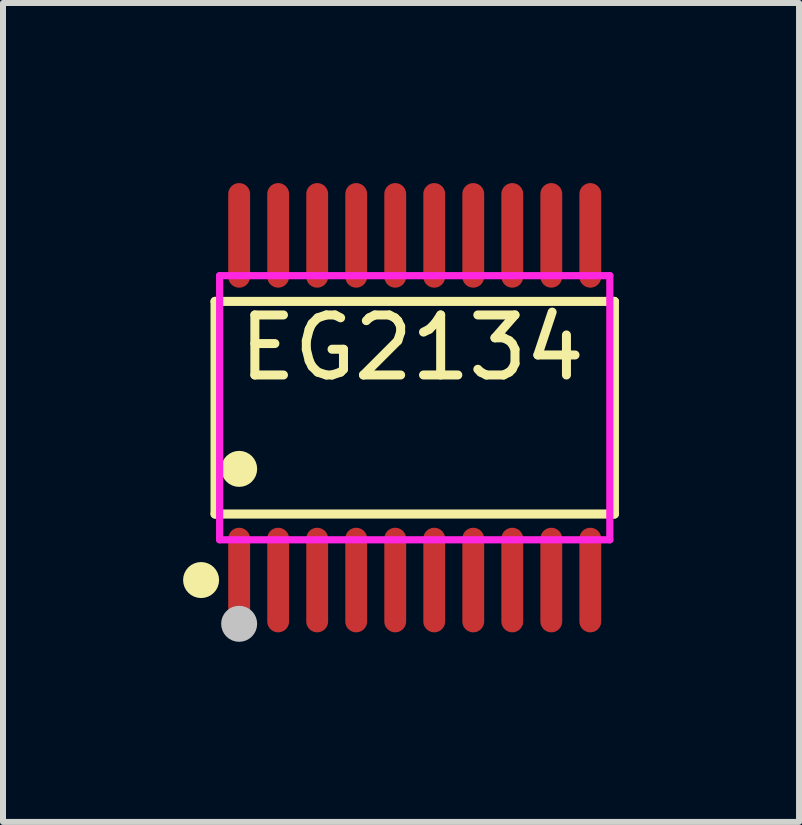
<source format=kicad_pcb>
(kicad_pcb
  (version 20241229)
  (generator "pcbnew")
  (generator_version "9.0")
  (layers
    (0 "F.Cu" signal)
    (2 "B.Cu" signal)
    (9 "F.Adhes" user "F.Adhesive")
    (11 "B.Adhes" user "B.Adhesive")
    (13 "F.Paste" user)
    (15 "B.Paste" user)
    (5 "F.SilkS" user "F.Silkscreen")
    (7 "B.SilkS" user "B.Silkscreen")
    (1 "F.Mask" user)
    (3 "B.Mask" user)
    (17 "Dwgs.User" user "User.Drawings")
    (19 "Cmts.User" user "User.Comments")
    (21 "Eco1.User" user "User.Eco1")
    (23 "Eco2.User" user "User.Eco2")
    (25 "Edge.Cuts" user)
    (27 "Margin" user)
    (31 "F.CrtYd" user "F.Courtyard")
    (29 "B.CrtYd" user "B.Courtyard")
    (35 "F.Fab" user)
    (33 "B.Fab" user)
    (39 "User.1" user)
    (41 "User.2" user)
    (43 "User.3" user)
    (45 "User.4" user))
  (footprint "EG2134"
    (layer "F.Cu")
    (at 3.859 3.742)
    (property "Reference" "EG2134" (at -3 -1 0) (layer "F.SilkS") (effects (font (size 1 1) (thickness 0.15)) (justify left)))
    (attr through_hole)
    (fp_line (start -3.326 -1.771) (end 3.326 -1.771) (stroke (width 0.152) (type solid)) (layer "F.SilkS"))
    (fp_line (start -3.326 1.771) (end -3.326 -1.771) (stroke (width 0.152) (type solid)) (layer "F.SilkS"))
    (fp_line (start 3.326 -1.771) (end 3.326 1.771) (stroke (width 0.152) (type solid)) (layer "F.SilkS"))
    (fp_line (start 3.326 1.771) (end -3.326 1.771) (stroke (width 0.152) (type solid)) (layer "F.SilkS"))
    (fp_circle (center -3.559 2.871) (end -3.409 2.871) (stroke (width 0.3) (type solid)) (fill no) (layer "F.SilkS"))
    (fp_circle (center -2.925 1.019) (end -2.775 1.019) (stroke (width 0.3) (type solid)) (fill no) (layer "F.SilkS"))
    (fp_circle (center -2.925 3.6) (end -2.775 3.6) (stroke (width 0.3) (type solid)) (fill no) (layer "Dwgs.User"))
    (fp_line (start -3.055 -2.61) (end -3.055 -2.19) (stroke (width 0.12) (type solid)) (layer "Eco2.User"))
    (fp_line (start -3.055 -2.19) (end -2.795 -2.19) (stroke (width 0.12) (type solid)) (layer "Eco2.User"))
    (fp_line (start -3.055 2.19) (end -2.795 2.19) (stroke (width 0.12) (type solid)) (layer "Eco2.User"))
    (fp_line (start -3.055 2.61) (end -3.055 2.19) (stroke (width 0.12) (type solid)) (layer "Eco2.User"))
    (fp_line (start -2.795 -2.61) (end -3.055 -2.61) (stroke (width 0.12) (type solid)) (layer "Eco2.User"))
    (fp_line (start -2.795 -2.19) (end -2.795 -2.61) (stroke (width 0.12) (type solid)) (layer "Eco2.User"))
    (fp_line (start -2.795 2.19) (end -2.795 2.61) (stroke (width 0.12) (type solid)) (layer "Eco2.User"))
    (fp_line (start -2.795 2.61) (end -3.055 2.61) (stroke (width 0.12) (type solid)) (layer "Eco2.User"))
    (fp_line (start -2.405 -2.61) (end -2.405 -2.19) (stroke (width 0.12) (type solid)) (layer "Eco2.User"))
    (fp_line (start -2.405 -2.19) (end -2.145 -2.19) (stroke (width 0.12) (type solid)) (layer "Eco2.User"))
    (fp_line (start -2.405 2.19) (end -2.145 2.19) (stroke (width 0.12) (type solid)) (layer "Eco2.User"))
    (fp_line (start -2.405 2.61) (end -2.405 2.19) (stroke (width 0.12) (type solid)) (layer "Eco2.User"))
    (fp_line (start -2.145 -2.61) (end -2.405 -2.61) (stroke (width 0.12) (type solid)) (layer "Eco2.User"))
    (fp_line (start -2.145 -2.19) (end -2.145 -2.61) (stroke (width 0.12) (type solid)) (layer "Eco2.User"))
    (fp_line (start -2.145 2.19) (end -2.145 2.61) (stroke (width 0.12) (type solid)) (layer "Eco2.User"))
    (fp_line (start -2.145 2.61) (end -2.405 2.61) (stroke (width 0.12) (type solid)) (layer "Eco2.User"))
    (fp_line (start -1.755 -2.61) (end -1.755 -2.19) (stroke (width 0.12) (type solid)) (layer "Eco2.User"))
    (fp_line (start -1.755 -2.19) (end -1.495 -2.19) (stroke (width 0.12) (type solid)) (layer "Eco2.User"))
    (fp_line (start -1.755 2.19) (end -1.495 2.19) (stroke (width 0.12) (type solid)) (layer "Eco2.User"))
    (fp_line (start -1.755 2.61) (end -1.755 2.19) (stroke (width 0.12) (type solid)) (layer "Eco2.User"))
    (fp_line (start -1.495 -2.61) (end -1.755 -2.61) (stroke (width 0.12) (type solid)) (layer "Eco2.User"))
    (fp_line (start -1.495 -2.19) (end -1.495 -2.61) (stroke (width 0.12) (type solid)) (layer "Eco2.User"))
    (fp_line (start -1.495 2.19) (end -1.495 2.61) (stroke (width 0.12) (type solid)) (layer "Eco2.User"))
    (fp_line (start -1.495 2.61) (end -1.755 2.61) (stroke (width 0.12) (type solid)) (layer "Eco2.User"))
    (fp_line (start -1.105 -2.61) (end -1.105 -2.19) (stroke (width 0.12) (type solid)) (layer "Eco2.User"))
    (fp_line (start -1.105 -2.19) (end -0.845 -2.19) (stroke (width 0.12) (type solid)) (layer "Eco2.User"))
    (fp_line (start -1.105 2.19) (end -0.845 2.19) (stroke (width 0.12) (type solid)) (layer "Eco2.User"))
    (fp_line (start -1.105 2.61) (end -1.105 2.19) (stroke (width 0.12) (type solid)) (layer "Eco2.User"))
    (fp_line (start -0.845 -2.61) (end -1.105 -2.61) (stroke (width 0.12) (type solid)) (layer "Eco2.User"))
    (fp_line (start -0.845 -2.19) (end -0.845 -2.61) (stroke (width 0.12) (type solid)) (layer "Eco2.User"))
    (fp_line (start -0.845 2.19) (end -0.845 2.61) (stroke (width 0.12) (type solid)) (layer "Eco2.User"))
    (fp_line (start -0.845 2.61) (end -1.105 2.61) (stroke (width 0.12) (type solid)) (layer "Eco2.User"))
    (fp_line (start -0.455 -2.61) (end -0.455 -2.19) (stroke (width 0.12) (type solid)) (layer "Eco2.User"))
    (fp_line (start -0.455 -2.19) (end -0.195 -2.19) (stroke (width 0.12) (type solid)) (layer "Eco2.User"))
    (fp_line (start -0.455 2.19) (end -0.195 2.19) (stroke (width 0.12) (type solid)) (layer "Eco2.User"))
    (fp_line (start -0.455 2.61) (end -0.455 2.19) (stroke (width 0.12) (type solid)) (layer "Eco2.User"))
    (fp_line (start -0.195 -2.61) (end -0.455 -2.61) (stroke (width 0.12) (type solid)) (layer "Eco2.User"))
    (fp_line (start -0.195 -2.19) (end -0.195 -2.61) (stroke (width 0.12) (type solid)) (layer "Eco2.User"))
    (fp_line (start -0.195 2.19) (end -0.195 2.61) (stroke (width 0.12) (type solid)) (layer "Eco2.User"))
    (fp_line (start -0.195 2.61) (end -0.455 2.61) (stroke (width 0.12) (type solid)) (layer "Eco2.User"))
    (fp_line (start 0.195 -2.61) (end 0.195 -2.19) (stroke (width 0.12) (type solid)) (layer "Eco2.User"))
    (fp_line (start 0.195 -2.19) (end 0.455 -2.19) (stroke (width 0.12) (type solid)) (layer "Eco2.User"))
    (fp_line (start 0.195 2.19) (end 0.455 2.19) (stroke (width 0.12) (type solid)) (layer "Eco2.User"))
    (fp_line (start 0.195 2.61) (end 0.195 2.19) (stroke (width 0.12) (type solid)) (layer "Eco2.User"))
    (fp_line (start 0.455 -2.61) (end 0.195 -2.61) (stroke (width 0.12) (type solid)) (layer "Eco2.User"))
    (fp_line (start 0.455 -2.19) (end 0.455 -2.61) (stroke (width 0.12) (type solid)) (layer "Eco2.User"))
    (fp_line (start 0.455 2.19) (end 0.455 2.61) (stroke (width 0.12) (type solid)) (layer "Eco2.User"))
    (fp_line (start 0.455 2.61) (end 0.195 2.61) (stroke (width 0.12) (type solid)) (layer "Eco2.User"))
    (fp_line (start 0.845 -2.61) (end 0.845 -2.19) (stroke (width 0.12) (type solid)) (layer "Eco2.User"))
    (fp_line (start 0.845 -2.19) (end 1.105 -2.19) (stroke (width 0.12) (type solid)) (layer "Eco2.User"))
    (fp_line (start 0.845 2.19) (end 1.105 2.19) (stroke (width 0.12) (type solid)) (layer "Eco2.User"))
    (fp_line (start 0.845 2.61) (end 0.845 2.19) (stroke (width 0.12) (type solid)) (layer "Eco2.User"))
    (fp_line (start 1.105 -2.61) (end 0.845 -2.61) (stroke (width 0.12) (type solid)) (layer "Eco2.User"))
    (fp_line (start 1.105 -2.19) (end 1.105 -2.61) (stroke (width 0.12) (type solid)) (layer "Eco2.User"))
    (fp_line (start 1.105 2.19) (end 1.105 2.61) (stroke (width 0.12) (type solid)) (layer "Eco2.User"))
    (fp_line (start 1.105 2.61) (end 0.845 2.61) (stroke (width 0.12) (type solid)) (layer "Eco2.User"))
    (fp_line (start 1.495 -2.61) (end 1.495 -2.19) (stroke (width 0.12) (type solid)) (layer "Eco2.User"))
    (fp_line (start 1.495 -2.19) (end 1.755 -2.19) (stroke (width 0.12) (type solid)) (layer "Eco2.User"))
    (fp_line (start 1.495 2.19) (end 1.755 2.19) (stroke (width 0.12) (type solid)) (layer "Eco2.User"))
    (fp_line (start 1.495 2.61) (end 1.495 2.19) (stroke (width 0.12) (type solid)) (layer "Eco2.User"))
    (fp_line (start 1.755 -2.61) (end 1.495 -2.61) (stroke (width 0.12) (type solid)) (layer "Eco2.User"))
    (fp_line (start 1.755 -2.19) (end 1.755 -2.61) (stroke (width 0.12) (type solid)) (layer "Eco2.User"))
    (fp_line (start 1.755 2.19) (end 1.755 2.61) (stroke (width 0.12) (type solid)) (layer "Eco2.User"))
    (fp_line (start 1.755 2.61) (end 1.495 2.61) (stroke (width 0.12) (type solid)) (layer "Eco2.User"))
    (fp_line (start 2.145 -2.61) (end 2.145 -2.19) (stroke (width 0.12) (type solid)) (layer "Eco2.User"))
    (fp_line (start 2.145 -2.19) (end 2.405 -2.19) (stroke (width 0.12) (type solid)) (layer "Eco2.User"))
    (fp_line (start 2.145 2.19) (end 2.405 2.19) (stroke (width 0.12) (type solid)) (layer "Eco2.User"))
    (fp_line (start 2.145 2.61) (end 2.145 2.19) (stroke (width 0.12) (type solid)) (layer "Eco2.User"))
    (fp_line (start 2.405 -2.61) (end 2.145 -2.61) (stroke (width 0.12) (type solid)) (layer "Eco2.User"))
    (fp_line (start 2.405 -2.19) (end 2.405 -2.61) (stroke (width 0.12) (type solid)) (layer "Eco2.User"))
    (fp_line (start 2.405 2.19) (end 2.405 2.61) (stroke (width 0.12) (type solid)) (layer "Eco2.User"))
    (fp_line (start 2.405 2.61) (end 2.145 2.61) (stroke (width 0.12) (type solid)) (layer "Eco2.User"))
    (fp_line (start 2.795 -2.61) (end 2.795 -2.19) (stroke (width 0.12) (type solid)) (layer "Eco2.User"))
    (fp_line (start 2.795 -2.19) (end 3.055 -2.19) (stroke (width 0.12) (type solid)) (layer "Eco2.User"))
    (fp_line (start 2.795 2.19) (end 3.055 2.19) (stroke (width 0.12) (type solid)) (layer "Eco2.User"))
    (fp_line (start 2.795 2.61) (end 2.795 2.19) (stroke (width 0.12) (type solid)) (layer "Eco2.User"))
    (fp_line (start 3.055 -2.61) (end 2.795 -2.61) (stroke (width 0.12) (type solid)) (layer "Eco2.User"))
    (fp_line (start 3.055 -2.19) (end 3.055 -2.61) (stroke (width 0.12) (type solid)) (layer "Eco2.User"))
    (fp_line (start 3.055 2.19) (end 3.055 2.61) (stroke (width 0.12) (type solid)) (layer "Eco2.User"))
    (fp_line (start 3.055 2.61) (end 2.795 2.61) (stroke (width 0.12) (type solid)) (layer "Eco2.User"))
    (fp_circle (center -3.25 3.2) (end -3.22 3.2) (stroke (width 0.06) (type solid)) (fill no) (layer "Eco2.User"))
    (fp_poly (pts (xy -3.055 -3.2) (xy -3.055 -2.6) (xy -2.795 -2.6) (xy -2.795 -3.2)) (stroke (width 0.12) (type solid)) (fill no) (layer "Eco2.User"))
    (fp_poly (pts (xy -3.055 3.2) (xy -3.055 2.6) (xy -2.795 2.6) (xy -2.795 3.2)) (stroke (width 0.12) (type solid)) (fill no) (layer "Eco2.User"))
    (fp_poly (pts (xy -2.405 -3.2) (xy -2.405 -2.6) (xy -2.145 -2.6) (xy -2.145 -3.2)) (stroke (width 0.12) (type solid)) (fill no) (layer "Eco2.User"))
    (fp_poly (pts (xy -2.405 3.2) (xy -2.405 2.6) (xy -2.145 2.6) (xy -2.145 3.2)) (stroke (width 0.12) (type solid)) (fill no) (layer "Eco2.User"))
    (fp_poly (pts (xy -1.755 -3.2) (xy -1.755 -2.6) (xy -1.495 -2.6) (xy -1.495 -3.2)) (stroke (width 0.12) (type solid)) (fill no) (layer "Eco2.User"))
    (fp_poly (pts (xy -1.755 3.2) (xy -1.755 2.6) (xy -1.495 2.6) (xy -1.495 3.2)) (stroke (width 0.12) (type solid)) (fill no) (layer "Eco2.User"))
    (fp_poly (pts (xy -1.105 -3.2) (xy -1.105 -2.6) (xy -0.845 -2.6) (xy -0.845 -3.2)) (stroke (width 0.12) (type solid)) (fill no) (layer "Eco2.User"))
    (fp_poly (pts (xy -1.105 3.2) (xy -1.105 2.6) (xy -0.845 2.6) (xy -0.845 3.2)) (stroke (width 0.12) (type solid)) (fill no) (layer "Eco2.User"))
    (fp_poly (pts (xy -0.455 -3.2) (xy -0.455 -2.6) (xy -0.195 -2.6) (xy -0.195 -3.2)) (stroke (width 0.12) (type solid)) (fill no) (layer "Eco2.User"))
    (fp_poly (pts (xy -0.455 3.2) (xy -0.455 2.6) (xy -0.195 2.6) (xy -0.195 3.2)) (stroke (width 0.12) (type solid)) (fill no) (layer "Eco2.User"))
    (fp_poly (pts (xy 0.195 -3.2) (xy 0.195 -2.6) (xy 0.455 -2.6) (xy 0.455 -3.2)) (stroke (width 0.12) (type solid)) (fill no) (layer "Eco2.User"))
    (fp_poly (pts (xy 0.195 3.2) (xy 0.195 2.6) (xy 0.455 2.6) (xy 0.455 3.2)) (stroke (width 0.12) (type solid)) (fill no) (layer "Eco2.User"))
    (fp_poly (pts (xy 0.845 -3.2) (xy 0.845 -2.6) (xy 1.105 -2.6) (xy 1.105 -3.2)) (stroke (width 0.12) (type solid)) (fill no) (layer "Eco2.User"))
    (fp_poly (pts (xy 0.845 3.2) (xy 0.845 2.6) (xy 1.105 2.6) (xy 1.105 3.2)) (stroke (width 0.12) (type solid)) (fill no) (layer "Eco2.User"))
    (fp_poly (pts (xy 1.495 -3.2) (xy 1.495 -2.6) (xy 1.755 -2.6) (xy 1.755 -3.2)) (stroke (width 0.12) (type solid)) (fill no) (layer "Eco2.User"))
    (fp_poly (pts (xy 1.495 3.2) (xy 1.495 2.6) (xy 1.755 2.6) (xy 1.755 3.2)) (stroke (width 0.12) (type solid)) (fill no) (layer "Eco2.User"))
    (fp_poly (pts (xy 2.145 -3.2) (xy 2.145 -2.6) (xy 2.405 -2.6) (xy 2.405 -3.2)) (stroke (width 0.12) (type solid)) (fill no) (layer "Eco2.User"))
    (fp_poly (pts (xy 2.145 3.2) (xy 2.145 2.6) (xy 2.405 2.6) (xy 2.405 3.2)) (stroke (width 0.12) (type solid)) (fill no) (layer "Eco2.User"))
    (fp_poly (pts (xy 2.795 -3.2) (xy 2.795 -2.6) (xy 3.055 -2.6) (xy 3.055 -3.2)) (stroke (width 0.12) (type solid)) (fill no) (layer "Eco2.User"))
    (fp_poly (pts (xy 2.795 3.2) (xy 2.795 2.6) (xy 3.055 2.6) (xy 3.055 3.2)) (stroke (width 0.12) (type solid)) (fill no) (layer "Eco2.User"))
    (fp_line (start -3.25 -2.2) (end 3.25 -2.2) (stroke (width 0.12) (type solid)) (layer "F.CrtYd"))
    (fp_line (start -3.25 2.2) (end -3.25 -2.2) (stroke (width 0.12) (type solid)) (layer "F.CrtYd"))
    (fp_line (start 3.25 -2.2) (end 3.25 2.2) (stroke (width 0.12) (type solid)) (layer "F.CrtYd"))
    (fp_line (start 3.25 2.2) (end -3.25 2.2) (stroke (width 0.12) (type solid)) (layer "F.CrtYd"))
    (pad "1" smd oval (at -2.925 2.871) (size 0.364 1.742) (layers "F.Cu" "F.Mask" "F.Paste"))
    (pad "2" smd oval (at -2.275 2.871) (size 0.364 1.742) (layers "F.Cu" "F.Mask" "F.Paste"))
    (pad "3" smd oval (at -1.625 2.871) (size 0.364 1.742) (layers "F.Cu" "F.Mask" "F.Paste"))
    (pad "4" smd oval (at -0.975 2.871) (size 0.364 1.742) (layers "F.Cu" "F.Mask" "F.Paste"))
    (pad "5" smd oval (at -0.325 2.871) (size 0.364 1.742) (layers "F.Cu" "F.Mask" "F.Paste"))
    (pad "6" smd oval (at 0.325 2.871) (size 0.364 1.742) (layers "F.Cu" "F.Mask" "F.Paste"))
    (pad "7" smd oval (at 0.975 2.871) (size 0.364 1.742) (layers "F.Cu" "F.Mask" "F.Paste"))
    (pad "8" smd oval (at 1.625 2.871) (size 0.364 1.742) (layers "F.Cu" "F.Mask" "F.Paste"))
    (pad "9" smd oval (at 2.275 2.871) (size 0.364 1.742) (layers "F.Cu" "F.Mask" "F.Paste"))
    (pad "10" smd oval (at 2.925 2.871) (size 0.364 1.742) (layers "F.Cu" "F.Mask" "F.Paste"))
    (pad "11" smd oval (at 2.925 -2.871) (size 0.364 1.742) (layers "F.Cu" "F.Mask" "F.Paste"))
    (pad "12" smd oval (at 2.275 -2.871) (size 0.364 1.742) (layers "F.Cu" "F.Mask" "F.Paste"))
    (pad "13" smd oval (at 1.625 -2.871) (size 0.364 1.742) (layers "F.Cu" "F.Mask" "F.Paste"))
    (pad "14" smd oval (at 0.975 -2.871) (size 0.364 1.742) (layers "F.Cu" "F.Mask" "F.Paste"))
    (pad "15" smd oval (at 0.325 -2.871) (size 0.364 1.742) (layers "F.Cu" "F.Mask" "F.Paste"))
    (pad "16" smd oval (at -0.325 -2.871) (size 0.364 1.742) (layers "F.Cu" "F.Mask" "F.Paste"))
    (pad "17" smd oval (at -0.975 -2.871) (size 0.364 1.742) (layers "F.Cu" "F.Mask" "F.Paste"))
    (pad "18" smd oval (at -1.625 -2.871) (size 0.364 1.742) (layers "F.Cu" "F.Mask" "F.Paste"))
    (pad "19" smd oval (at -2.275 -2.871) (size 0.364 1.742) (layers "F.Cu" "F.Mask" "F.Paste"))
    (pad "20" smd oval (at -2.925 -2.871) (size 0.364 1.742) (layers "F.Cu" "F.Mask" "F.Paste")))
  (gr_rect
    (start -3 -3)
    (end 10.261 10.642)
    (stroke (width 0.1) (type default))
    (fill no)
    (layer "Edge.Cuts")))
</source>
